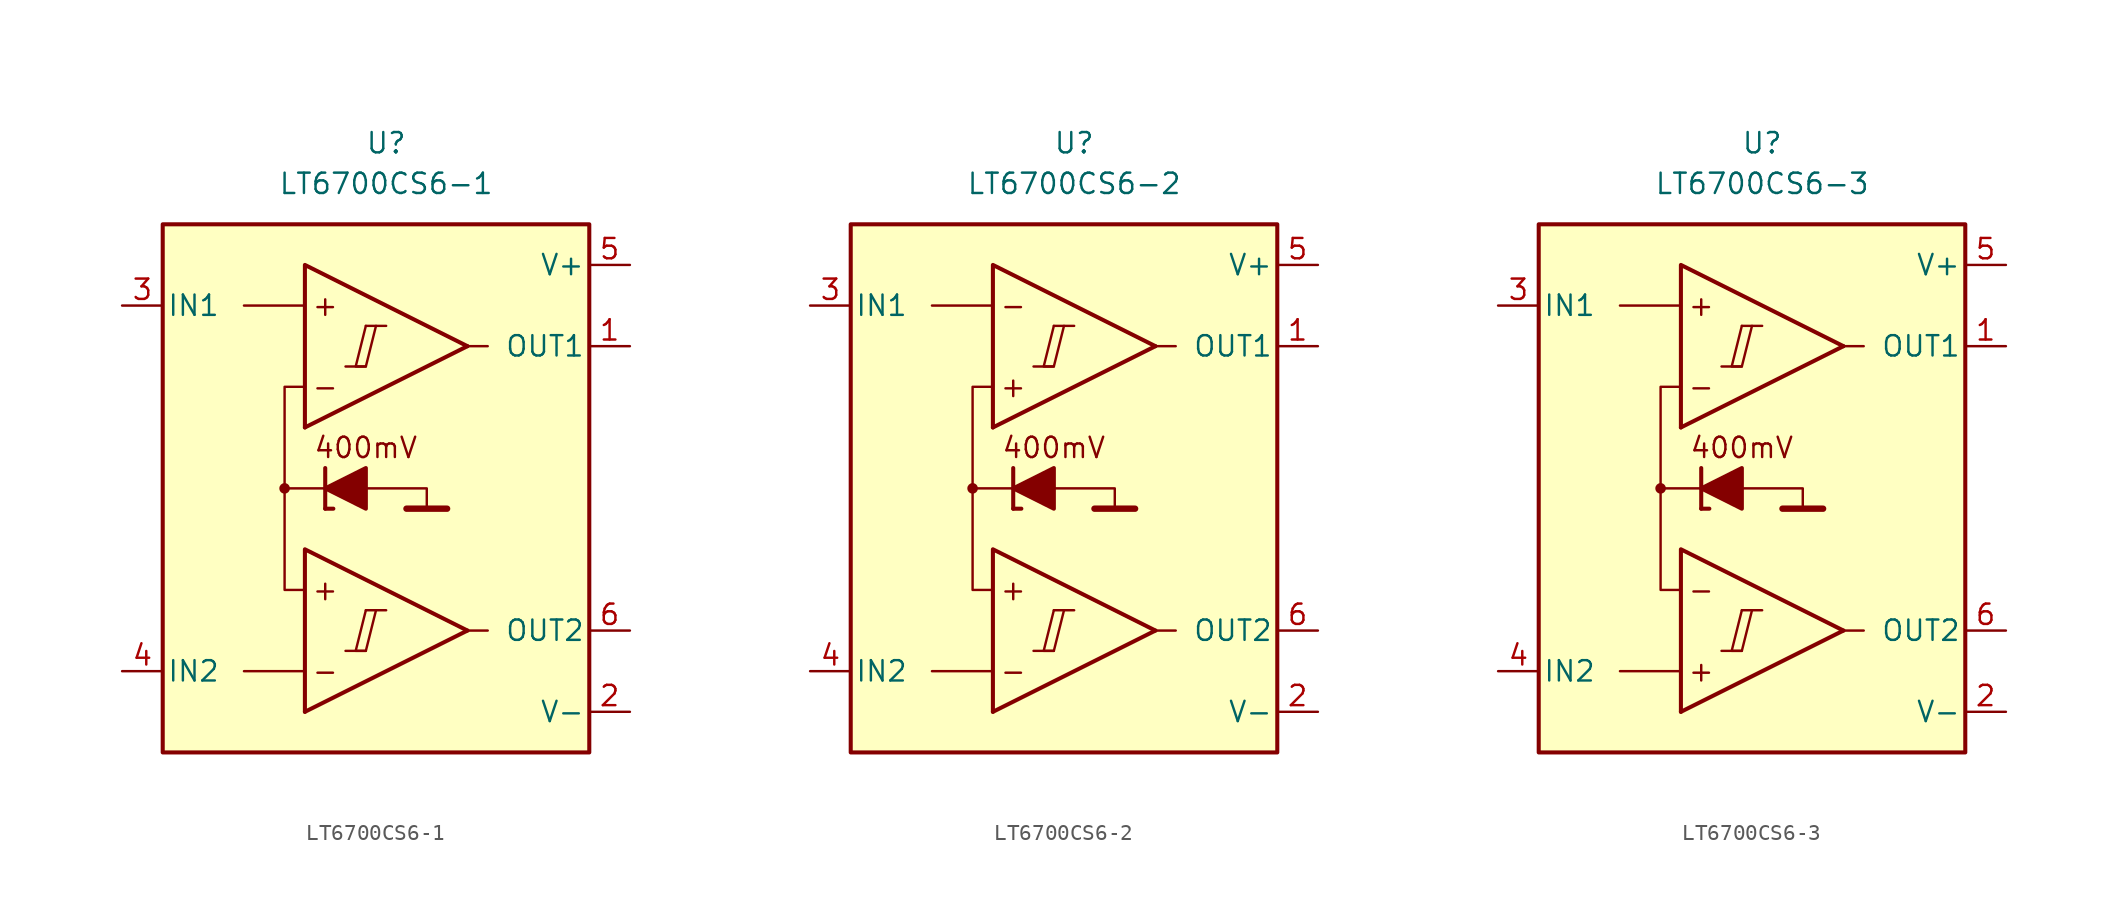
<source format=kicad_sym>
(kicad_symbol_lib
  (version 20211014)
  (generator kicad_symbol_editor)
  (symbol "LT6700CS6-1"
    (pin_names
      (offset 0.254))
    (property "Reference" "U"
      (at 0 22.86 0)
      (effects (font (size 1.27 1.27))))
    (property "Value" "LT6700CS6-1"
      (at 0 20.32 0)
      (effects (font (size 1.27 1.27))))
    (symbol "LT6700CS6-1_0_0"
      (rectangle (start -13.97 17.78) (end 12.7 -15.24) (stroke (width 0.254) (type default) (color 0 0 0 0)) (fill (type background)))
      (circle (center -6.35 1.27) (radius 0.254) (stroke (width 0.152) (type default) (color 0 0 0 0)) (fill (type outline)))
      (polyline (pts (xy -2.54 -8.89) (xy -1.27 -8.89)) (stroke (width 0.152) (type default) (color 0 0 0 0)) (fill (type none)))
      (polyline (pts (xy -2.54 8.89) (xy -1.27 8.89)) (stroke (width 0.152) (type default) (color 0 0 0 0)) (fill (type none)))
      (polyline (pts (xy -1.27 -6.35) (xy 0 -6.35)) (stroke (width 0.152) (type default) (color 0 0 0 0)) (fill (type none)))
      (polyline (pts (xy -1.27 11.43) (xy 0 11.43)) (stroke (width 0.152) (type default) (color 0 0 0 0)) (fill (type none)))
      (polyline (pts (xy 5.08 -7.62) (xy -5.08 -12.7)) (stroke (width 0.254) (type default) (color 0 0 0 0)) (fill (type none)))
      (polyline (pts (xy 5.08 10.16) (xy -5.08 5.08)) (stroke (width 0.254) (type default) (color 0 0 0 0)) (fill (type none)))
      (polyline (pts (xy 5.08 -7.62) (xy -5.08 -2.54) (xy -5.08 -12.7)) (stroke (width 0.254) (type default) (color 0 0 0 0)) (fill (type background)))
      (polyline (pts (xy 5.08 10.16) (xy -5.08 15.24) (xy -5.08 5.08)) (stroke (width 0.254) (type default) (color 0 0 0 0)) (fill (type background)))
      (polyline (pts (xy -1.27 -6.35) (xy -1.905 -8.89) (xy -1.27 -8.89) (xy -0.635 -6.35)) (stroke (width 0.152) (type default) (color 0 0 0 0)) (fill (type none)))
      (polyline (pts (xy -1.27 11.43) (xy -1.905 8.89) (xy -1.27 8.89) (xy -0.635 11.43)) (stroke (width 0.152) (type default) (color 0 0 0 0)) (fill (type none)))
      (text "+" (at -3.81 -5.08 0) (effects (font (size 1.27 1.27))))
      (text "+" (at -3.81 12.7 0) (effects (font (size 1.27 1.27))))
      (text "-" (at -3.81 -10.16 0) (effects (font (size 1.27 1.27))))
      (text "-" (at -3.81 7.62 0) (effects (font (size 1.27 1.27)))))
    (symbol "LT6700CS6-1_0_1"
      (polyline (pts (xy -5.08 -10.16) (xy -8.89 -10.16)) (stroke (width 0) (type default) (color 0 0 0 0)) (fill (type none)))
      (polyline (pts (xy -5.08 12.7) (xy -8.89 12.7)) (stroke (width 0) (type default) (color 0 0 0 0)) (fill (type none)))
      (polyline (pts (xy -3.81 0) (xy -3.81 2.54)) (stroke (width 0.254) (type default) (color 0 0 0 0)) (fill (type none)))
      (polyline (pts (xy -3.81 0) (xy -3.302 0)) (stroke (width 0.254) (type default) (color 0 0 0 0)) (fill (type none)))
      (polyline (pts (xy -3.81 1.27) (xy -6.35 1.27)) (stroke (width 0.152) (type default) (color 0 0 0 0)) (fill (type none)))
      (polyline (pts (xy 1.27 0) (xy 3.81 0)) (stroke (width 0.4) (type default) (color 0 0 0 0)) (fill (type none)))
      (polyline (pts (xy 5.08 -7.62) (xy 6.35 -7.62)) (stroke (width 0) (type default) (color 0 0 0 0)) (fill (type none)))
      (polyline (pts (xy 5.08 10.16) (xy 6.35 10.16)) (stroke (width 0) (type default) (color 0 0 0 0)) (fill (type none)))
      (polyline (pts (xy -1.27 1.27) (xy 2.54 1.27) (xy 2.54 0)) (stroke (width 0.152) (type default) (color 0 0 0 0)) (fill (type none)))
      (polyline (pts (xy -5.08 -5.08) (xy -6.35 -5.08) (xy -6.35 7.62) (xy -5.08 7.62)) (stroke (width 0.152) (type default) (color 0 0 0 0)) (fill (type none)))
      (polyline (pts (xy -1.27 2.54) (xy -1.27 0) (xy -3.81 1.27) (xy -1.27 2.54)) (stroke (width 0.254) (type default) (color 0 0 0 0)) (fill (type outline))))
    (symbol "LT6700CS6-1_1_0"
      (text "400mV" (at -1.27 3.81 0) (effects (font (size 1.27 1.27)))))
    (symbol "LT6700CS6-1_1_1"
      (pin output line (at 15.24 10.16 180) (length 2.54) (name "OUT1" (effects (font (size 1.27 1.27)))) (number "1" (effects (font (size 1.27 1.27)))))
      (pin power_in line (at 15.24 -12.7 180) (length 2.54) (name "V-" (effects (font (size 1.27 1.27)))) (number "2" (effects (font (size 1.27 1.27)))))
      (pin input line (at -16.51 12.7 0) (length 2.54) (name "IN1" (effects (font (size 1.27 1.27)))) (number "3" (effects (font (size 1.27 1.27)))))
      (pin input line (at -16.51 -10.16 0) (length 2.54) (name "IN2" (effects (font (size 1.27 1.27)))) (number "4" (effects (font (size 1.27 1.27)))))
      (pin power_in line (at 15.24 15.24 180) (length 2.54) (name "V+" (effects (font (size 1.27 1.27)))) (number "5" (effects (font (size 1.27 1.27)))))
      (pin output line (at 15.24 -7.62 180) (length 2.54) (name "OUT2" (effects (font (size 1.27 1.27)))) (number "6" (effects (font (size 1.27 1.27)))))))
  (symbol "LT6700CS6-2"
    (pin_names
      (offset 0.254))
    (property "Reference" "U"
      (at 0 22.86 0)
      (effects (font (size 1.27 1.27))))
    (property "Value" "LT6700CS6-2"
      (at 0 20.32 0)
      (effects (font (size 1.27 1.27))))
    (symbol "LT6700CS6-2_0_0"
      (rectangle (start -13.97 17.78) (end 12.7 -15.24) (stroke (width 0.254) (type default) (color 0 0 0 0)) (fill (type background)))
      (circle (center -6.35 1.27) (radius 0.254) (stroke (width 0.152) (type default) (color 0 0 0 0)) (fill (type outline)))
      (polyline (pts (xy -2.54 -8.89) (xy -1.27 -8.89)) (stroke (width 0.152) (type default) (color 0 0 0 0)) (fill (type none)))
      (polyline (pts (xy -2.54 8.89) (xy -1.27 8.89)) (stroke (width 0.152) (type default) (color 0 0 0 0)) (fill (type none)))
      (polyline (pts (xy -1.27 -6.35) (xy 0 -6.35)) (stroke (width 0.152) (type default) (color 0 0 0 0)) (fill (type none)))
      (polyline (pts (xy -1.27 11.43) (xy 0 11.43)) (stroke (width 0.152) (type default) (color 0 0 0 0)) (fill (type none)))
      (polyline (pts (xy 5.08 -7.62) (xy -5.08 -12.7)) (stroke (width 0.254) (type default) (color 0 0 0 0)) (fill (type none)))
      (polyline (pts (xy 5.08 10.16) (xy -5.08 5.08)) (stroke (width 0.254) (type default) (color 0 0 0 0)) (fill (type none)))
      (polyline (pts (xy 5.08 -7.62) (xy -5.08 -2.54) (xy -5.08 -12.7)) (stroke (width 0.254) (type default) (color 0 0 0 0)) (fill (type background)))
      (polyline (pts (xy 5.08 10.16) (xy -5.08 15.24) (xy -5.08 5.08)) (stroke (width 0.254) (type default) (color 0 0 0 0)) (fill (type background)))
      (polyline (pts (xy -1.27 -6.35) (xy -1.905 -8.89) (xy -1.27 -8.89) (xy -0.635 -6.35)) (stroke (width 0.152) (type default) (color 0 0 0 0)) (fill (type none)))
      (polyline (pts (xy -1.27 11.43) (xy -1.905 8.89) (xy -1.27 8.89) (xy -0.635 11.43)) (stroke (width 0.152) (type default) (color 0 0 0 0)) (fill (type none)))
      (text "+" (at -3.81 -5.08 0) (effects (font (size 1.27 1.27))))
      (text "+" (at -3.81 7.62 0) (effects (font (size 1.27 1.27))))
      (text "-" (at -3.81 -10.16 0) (effects (font (size 1.27 1.27))))
      (text "-" (at -3.81 12.7 0) (effects (font (size 1.27 1.27)))))
    (symbol "LT6700CS6-2_0_1"
      (polyline (pts (xy -5.08 -10.16) (xy -8.89 -10.16)) (stroke (width 0) (type default) (color 0 0 0 0)) (fill (type none)))
      (polyline (pts (xy -5.08 12.7) (xy -8.89 12.7)) (stroke (width 0) (type default) (color 0 0 0 0)) (fill (type none)))
      (polyline (pts (xy -3.81 0) (xy -3.81 2.54)) (stroke (width 0.254) (type default) (color 0 0 0 0)) (fill (type none)))
      (polyline (pts (xy -3.81 0) (xy -3.302 0)) (stroke (width 0.254) (type default) (color 0 0 0 0)) (fill (type none)))
      (polyline (pts (xy -3.81 1.27) (xy -6.35 1.27)) (stroke (width 0.152) (type default) (color 0 0 0 0)) (fill (type none)))
      (polyline (pts (xy 1.27 0) (xy 3.81 0)) (stroke (width 0.4) (type default) (color 0 0 0 0)) (fill (type none)))
      (polyline (pts (xy 5.08 -7.62) (xy 6.35 -7.62)) (stroke (width 0) (type default) (color 0 0 0 0)) (fill (type none)))
      (polyline (pts (xy 5.08 10.16) (xy 6.35 10.16)) (stroke (width 0) (type default) (color 0 0 0 0)) (fill (type none)))
      (polyline (pts (xy -1.27 1.27) (xy 2.54 1.27) (xy 2.54 0)) (stroke (width 0.152) (type default) (color 0 0 0 0)) (fill (type none)))
      (polyline (pts (xy -5.08 -5.08) (xy -6.35 -5.08) (xy -6.35 7.62) (xy -5.08 7.62)) (stroke (width 0.152) (type default) (color 0 0 0 0)) (fill (type none)))
      (polyline (pts (xy -1.27 2.54) (xy -1.27 0) (xy -3.81 1.27) (xy -1.27 2.54)) (stroke (width 0.254) (type default) (color 0 0 0 0)) (fill (type outline))))
    (symbol "LT6700CS6-2_1_0"
      (text "400mV" (at -1.27 3.81 0) (effects (font (size 1.27 1.27)))))
    (symbol "LT6700CS6-2_1_1"
      (pin output line (at 15.24 10.16 180) (length 2.54) (name "OUT1" (effects (font (size 1.27 1.27)))) (number "1" (effects (font (size 1.27 1.27)))))
      (pin power_in line (at 15.24 -12.7 180) (length 2.54) (name "V-" (effects (font (size 1.27 1.27)))) (number "2" (effects (font (size 1.27 1.27)))))
      (pin input line (at -16.51 12.7 0) (length 2.54) (name "IN1" (effects (font (size 1.27 1.27)))) (number "3" (effects (font (size 1.27 1.27)))))
      (pin input line (at -16.51 -10.16 0) (length 2.54) (name "IN2" (effects (font (size 1.27 1.27)))) (number "4" (effects (font (size 1.27 1.27)))))
      (pin power_in line (at 15.24 15.24 180) (length 2.54) (name "V+" (effects (font (size 1.27 1.27)))) (number "5" (effects (font (size 1.27 1.27)))))
      (pin output line (at 15.24 -7.62 180) (length 2.54) (name "OUT2" (effects (font (size 1.27 1.27)))) (number "6" (effects (font (size 1.27 1.27)))))))
  (symbol "LT6700CS6-3"
    (pin_names
      (offset 0.254))
    (property "Reference" "U"
      (at 0 22.86 0)
      (effects (font (size 1.27 1.27))))
    (property "Value" "LT6700CS6-3"
      (at 0 20.32 0)
      (effects (font (size 1.27 1.27))))
    (symbol "LT6700CS6-3_0_0"
      (rectangle (start -13.97 17.78) (end 12.7 -15.24) (stroke (width 0.254) (type default) (color 0 0 0 0)) (fill (type background)))
      (circle (center -6.35 1.27) (radius 0.254) (stroke (width 0.152) (type default) (color 0 0 0 0)) (fill (type outline)))
      (polyline (pts (xy -2.54 -8.89) (xy -1.27 -8.89)) (stroke (width 0.152) (type default) (color 0 0 0 0)) (fill (type none)))
      (polyline (pts (xy -2.54 8.89) (xy -1.27 8.89)) (stroke (width 0.152) (type default) (color 0 0 0 0)) (fill (type none)))
      (polyline (pts (xy -1.27 -6.35) (xy 0 -6.35)) (stroke (width 0.152) (type default) (color 0 0 0 0)) (fill (type none)))
      (polyline (pts (xy -1.27 11.43) (xy 0 11.43)) (stroke (width 0.152) (type default) (color 0 0 0 0)) (fill (type none)))
      (polyline (pts (xy 5.08 -7.62) (xy -5.08 -12.7)) (stroke (width 0.254) (type default) (color 0 0 0 0)) (fill (type none)))
      (polyline (pts (xy 5.08 10.16) (xy -5.08 5.08)) (stroke (width 0.254) (type default) (color 0 0 0 0)) (fill (type none)))
      (polyline (pts (xy 5.08 -7.62) (xy -5.08 -2.54) (xy -5.08 -12.7)) (stroke (width 0.254) (type default) (color 0 0 0 0)) (fill (type background)))
      (polyline (pts (xy 5.08 10.16) (xy -5.08 15.24) (xy -5.08 5.08)) (stroke (width 0.254) (type default) (color 0 0 0 0)) (fill (type background)))
      (polyline (pts (xy -1.27 -6.35) (xy -1.905 -8.89) (xy -1.27 -8.89) (xy -0.635 -6.35)) (stroke (width 0.152) (type default) (color 0 0 0 0)) (fill (type none)))
      (polyline (pts (xy -1.27 11.43) (xy -1.905 8.89) (xy -1.27 8.89) (xy -0.635 11.43)) (stroke (width 0.152) (type default) (color 0 0 0 0)) (fill (type none)))
      (text "+" (at -3.81 -10.16 0) (effects (font (size 1.27 1.27))))
      (text "+" (at -3.81 12.7 0) (effects (font (size 1.27 1.27))))
      (text "-" (at -3.81 -5.08 0) (effects (font (size 1.27 1.27))))
      (text "-" (at -3.81 7.62 0) (effects (font (size 1.27 1.27)))))
    (symbol "LT6700CS6-3_0_1"
      (polyline (pts (xy -5.08 -10.16) (xy -8.89 -10.16)) (stroke (width 0) (type default) (color 0 0 0 0)) (fill (type none)))
      (polyline (pts (xy -5.08 12.7) (xy -8.89 12.7)) (stroke (width 0) (type default) (color 0 0 0 0)) (fill (type none)))
      (polyline (pts (xy -3.81 0) (xy -3.81 2.54)) (stroke (width 0.254) (type default) (color 0 0 0 0)) (fill (type none)))
      (polyline (pts (xy -3.81 0) (xy -3.302 0)) (stroke (width 0.254) (type default) (color 0 0 0 0)) (fill (type none)))
      (polyline (pts (xy -3.81 1.27) (xy -6.35 1.27)) (stroke (width 0.152) (type default) (color 0 0 0 0)) (fill (type none)))
      (polyline (pts (xy 1.27 0) (xy 3.81 0)) (stroke (width 0.4) (type default) (color 0 0 0 0)) (fill (type none)))
      (polyline (pts (xy 5.08 -7.62) (xy 6.35 -7.62)) (stroke (width 0) (type default) (color 0 0 0 0)) (fill (type none)))
      (polyline (pts (xy 5.08 10.16) (xy 6.35 10.16)) (stroke (width 0) (type default) (color 0 0 0 0)) (fill (type none)))
      (polyline (pts (xy -1.27 1.27) (xy 2.54 1.27) (xy 2.54 0)) (stroke (width 0.152) (type default) (color 0 0 0 0)) (fill (type none)))
      (polyline (pts (xy -5.08 -5.08) (xy -6.35 -5.08) (xy -6.35 7.62) (xy -5.08 7.62)) (stroke (width 0.152) (type default) (color 0 0 0 0)) (fill (type none)))
      (polyline (pts (xy -1.27 2.54) (xy -1.27 0) (xy -3.81 1.27) (xy -1.27 2.54)) (stroke (width 0.254) (type default) (color 0 0 0 0)) (fill (type outline))))
    (symbol "LT6700CS6-3_1_0"
      (text "400mV" (at -1.27 3.81 0) (effects (font (size 1.27 1.27)))))
    (symbol "LT6700CS6-3_1_1"
      (pin output line (at 15.24 10.16 180) (length 2.54) (name "OUT1" (effects (font (size 1.27 1.27)))) (number "1" (effects (font (size 1.27 1.27)))))
      (pin power_in line (at 15.24 -12.7 180) (length 2.54) (name "V-" (effects (font (size 1.27 1.27)))) (number "2" (effects (font (size 1.27 1.27)))))
      (pin input line (at -16.51 12.7 0) (length 2.54) (name "IN1" (effects (font (size 1.27 1.27)))) (number "3" (effects (font (size 1.27 1.27)))))
      (pin input line (at -16.51 -10.16 0) (length 2.54) (name "IN2" (effects (font (size 1.27 1.27)))) (number "4" (effects (font (size 1.27 1.27)))))
      (pin power_in line (at 15.24 15.24 180) (length 2.54) (name "V+" (effects (font (size 1.27 1.27)))) (number "5" (effects (font (size 1.27 1.27)))))
      (pin output line (at 15.24 -7.62 180) (length 2.54) (name "OUT2" (effects (font (size 1.27 1.27)))) (number "6" (effects (font (size 1.27 1.27))))))))
</source>
